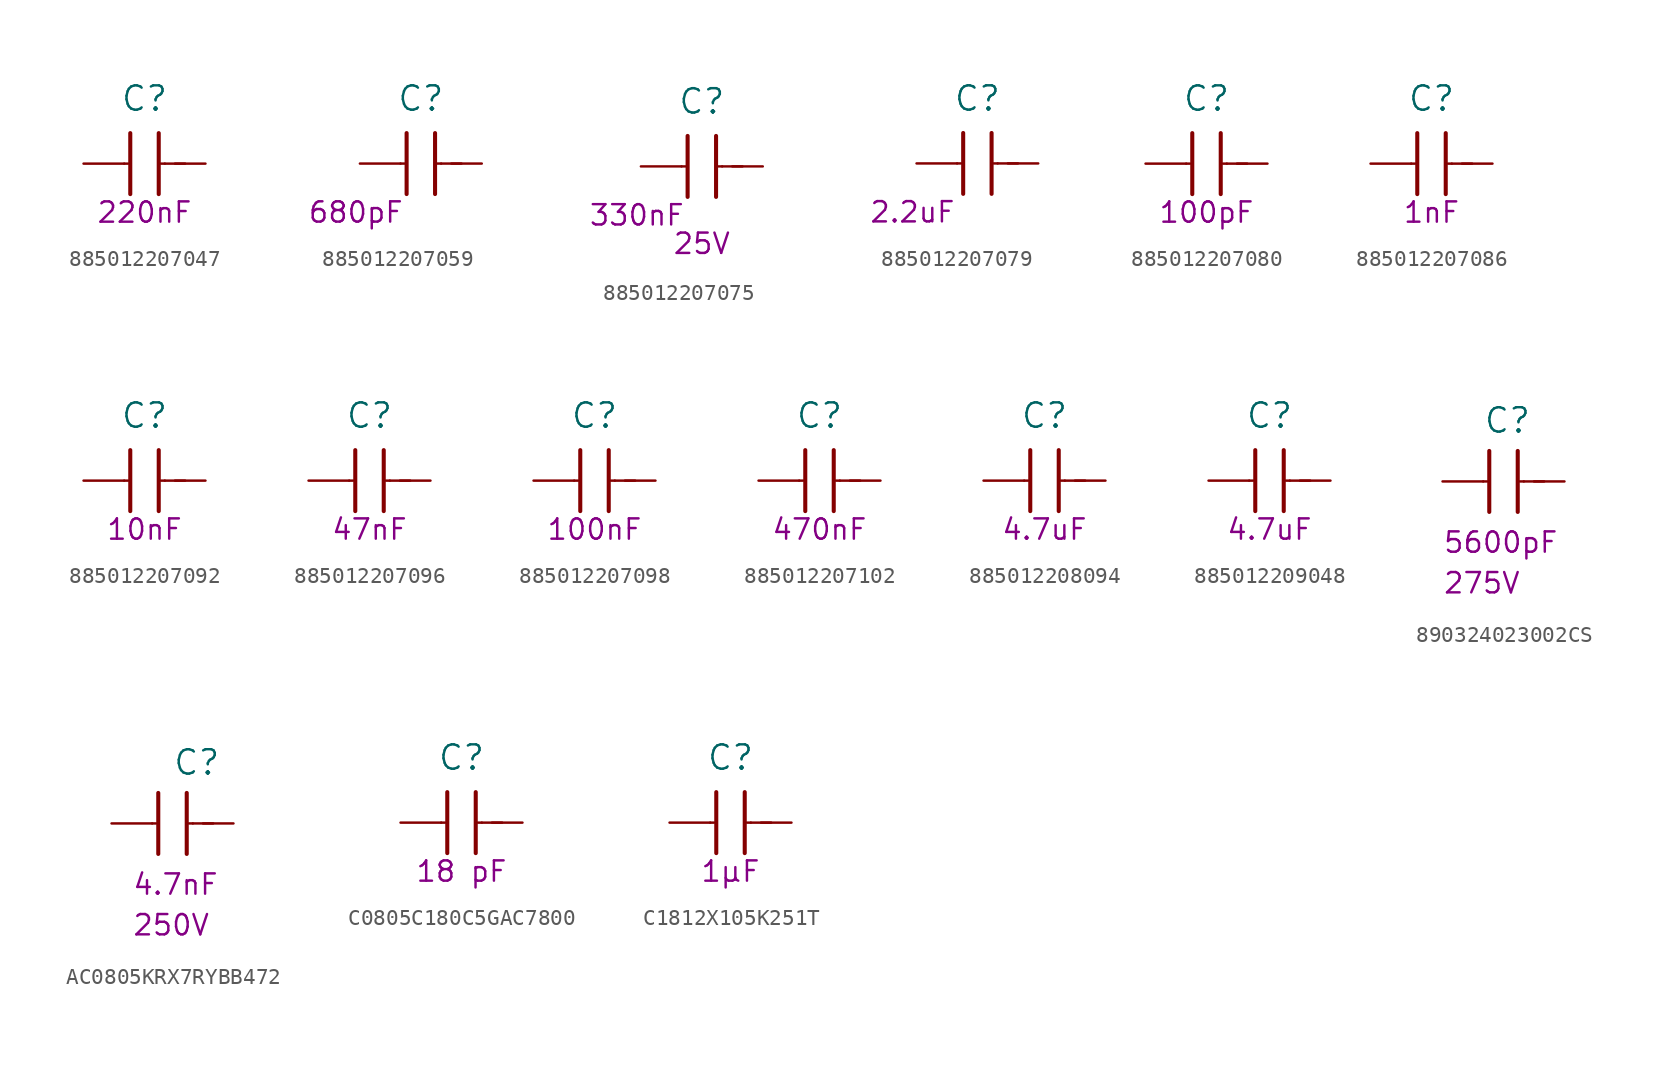
<source format=kicad_sym>
(kicad_symbol_lib
  (version 20220914)
  (generator kicad_symbol_editor)
  (symbol "885012207047"
    (pin_numbers hide)
    (pin_names
      (offset 0) hide)
    (property "Reference" "C"
      (at -1.27 4.064 0)
      (effects (font (size 1.524 1.524))))
    (property "Capacitance (Farad)" "220nF"
      (at -1.27 -3.048 0)
      (effects (font (size 1.27 1.27))))
    (symbol "885012207047_0_1"
      (polyline (pts (xy -2.54 0) (xy -2.286 0)) (stroke (width 0) (type default)) (fill (type none)))
      (polyline (pts (xy -2.159 1.905) (xy -2.159 -1.905)) (stroke (width 0.254) (type default)) (fill (type none)))
      (polyline (pts (xy -0.381 1.905) (xy -0.381 -1.905)) (stroke (width 0.254) (type default)) (fill (type none)))
      (polyline (pts (xy 0 0) (xy -0.254 0)) (stroke (width 0) (type default)) (fill (type none)))
      (polyline (pts (xy 0.635 0) (xy 1.27 0)) (stroke (width 0) (type default)) (fill (type none))))
    (symbol "885012207047_1_1"
      (pin passive line (at -5.08 0 0) (length 2.54) (name "1" (effects (font (size 1.27 1.27)))) (number "1" (effects (font (size 1.27 1.27)))))
      (pin passive line (at 2.54 0 180) (length 2.54) (name "2" (effects (font (size 1.27 1.27)))) (number "2" (effects (font (size 1.27 1.27)))))))
  (symbol "885012207059"
    (pin_numbers hide)
    (pin_names
      (offset 0) hide)
    (property "Reference" "C"
      (at -1.27 4.064 0)
      (effects (font (size 1.524 1.524))))
    (property "Capacitance (Farad)" "680pF"
      (at -5.334 -3.048 0)
      (effects (font (size 1.27 1.27))))
    (symbol "885012207059_0_1"
      (polyline (pts (xy -2.54 0) (xy -2.286 0)) (stroke (width 0) (type default)) (fill (type none)))
      (polyline (pts (xy -2.159 1.905) (xy -2.159 -1.905)) (stroke (width 0.254) (type default)) (fill (type none)))
      (polyline (pts (xy -0.381 1.905) (xy -0.381 -1.905)) (stroke (width 0.254) (type default)) (fill (type none)))
      (polyline (pts (xy 0 0) (xy -0.254 0)) (stroke (width 0) (type default)) (fill (type none)))
      (polyline (pts (xy 0.635 0) (xy 1.27 0)) (stroke (width 0) (type default)) (fill (type none))))
    (symbol "885012207059_1_1"
      (pin passive line (at -5.08 0 0) (length 2.54) (name "1" (effects (font (size 1.27 1.27)))) (number "1" (effects (font (size 1.27 1.27)))))
      (pin passive line (at 2.54 0 180) (length 2.54) (name "2" (effects (font (size 1.27 1.27)))) (number "2" (effects (font (size 1.27 1.27)))))))
  (symbol "885012207075"
    (pin_numbers hide)
    (pin_names
      (offset 0) hide)
    (property "Reference" "C"
      (at -1.27 4.064 0)
      (effects (font (size 1.524 1.524))))
    (property "Capacitance (Farad)" "330nF"
      (at -5.334 -3.048 0)
      (effects (font (size 1.27 1.27))))
    (property "Voltage Rated (Volt)" "25V"
      (at -1.27 -4.826 0)
      (effects (font (size 1.27 1.27))))
    (symbol "885012207075_0_1"
      (polyline (pts (xy -2.54 0) (xy -2.286 0)) (stroke (width 0) (type default)) (fill (type none)))
      (polyline (pts (xy -2.159 1.905) (xy -2.159 -1.905)) (stroke (width 0.254) (type default)) (fill (type none)))
      (polyline (pts (xy -0.381 1.905) (xy -0.381 -1.905)) (stroke (width 0.254) (type default)) (fill (type none)))
      (polyline (pts (xy 0 0) (xy -0.254 0)) (stroke (width 0) (type default)) (fill (type none)))
      (polyline (pts (xy 0.635 0) (xy 1.27 0)) (stroke (width 0) (type default)) (fill (type none))))
    (symbol "885012207075_1_1"
      (pin passive line (at -5.08 0 0) (length 2.54) (name "1" (effects (font (size 1.27 1.27)))) (number "1" (effects (font (size 1.27 1.27)))))
      (pin passive line (at 2.54 0 180) (length 2.54) (name "2" (effects (font (size 1.27 1.27)))) (number "2" (effects (font (size 1.27 1.27)))))))
  (symbol "885012207079"
    (pin_numbers hide)
    (pin_names
      (offset 0) hide)
    (property "Reference" "C"
      (at -1.27 4.064 0)
      (effects (font (size 1.524 1.524))))
    (property "Capacitance (Farad)" "2.2uF"
      (at -5.334 -3.048 0)
      (effects (font (size 1.27 1.27))))
    (symbol "885012207079_0_1"
      (polyline (pts (xy -2.54 0) (xy -2.286 0)) (stroke (width 0) (type default)) (fill (type none)))
      (polyline (pts (xy -2.159 1.905) (xy -2.159 -1.905)) (stroke (width 0.254) (type default)) (fill (type none)))
      (polyline (pts (xy -0.381 1.905) (xy -0.381 -1.905)) (stroke (width 0.254) (type default)) (fill (type none)))
      (polyline (pts (xy 0 0) (xy -0.254 0)) (stroke (width 0) (type default)) (fill (type none)))
      (polyline (pts (xy 0.635 0) (xy 1.27 0)) (stroke (width 0) (type default)) (fill (type none))))
    (symbol "885012207079_1_1"
      (pin passive line (at -5.08 0 0) (length 2.54) (name "1" (effects (font (size 1.27 1.27)))) (number "1" (effects (font (size 1.27 1.27)))))
      (pin passive line (at 2.54 0 180) (length 2.54) (name "2" (effects (font (size 1.27 1.27)))) (number "2" (effects (font (size 1.27 1.27)))))))
  (symbol "885012207080"
    (pin_numbers hide)
    (pin_names
      (offset 0) hide)
    (property "Reference" "C"
      (at -1.27 4.064 0)
      (effects (font (size 1.524 1.524))))
    (property "Capacitance (Farad)" "100pF"
      (at -1.27 -3.048 0)
      (effects (font (size 1.27 1.27))))
    (symbol "885012207080_0_1"
      (polyline (pts (xy -2.54 0) (xy -2.286 0)) (stroke (width 0) (type default)) (fill (type none)))
      (polyline (pts (xy -2.159 1.905) (xy -2.159 -1.905)) (stroke (width 0.254) (type default)) (fill (type none)))
      (polyline (pts (xy -0.381 1.905) (xy -0.381 -1.905)) (stroke (width 0.254) (type default)) (fill (type none)))
      (polyline (pts (xy 0 0) (xy -0.254 0)) (stroke (width 0) (type default)) (fill (type none)))
      (polyline (pts (xy 0.635 0) (xy 1.27 0)) (stroke (width 0) (type default)) (fill (type none))))
    (symbol "885012207080_1_1"
      (pin passive line (at -5.08 0 0) (length 2.54) (name "1" (effects (font (size 1.27 1.27)))) (number "1" (effects (font (size 1.27 1.27)))))
      (pin passive line (at 2.54 0 180) (length 2.54) (name "2" (effects (font (size 1.27 1.27)))) (number "2" (effects (font (size 1.27 1.27)))))))
  (symbol "885012207086"
    (pin_numbers hide)
    (pin_names
      (offset 0) hide)
    (property "Reference" "C"
      (at -1.27 4.064 0)
      (effects (font (size 1.524 1.524))))
    (property "Capacitance (Farad)" "1nF"
      (at -1.27 -3.048 0)
      (effects (font (size 1.27 1.27))))
    (symbol "885012207086_0_1"
      (polyline (pts (xy -2.54 0) (xy -2.286 0)) (stroke (width 0) (type default)) (fill (type none)))
      (polyline (pts (xy -2.159 1.905) (xy -2.159 -1.905)) (stroke (width 0.254) (type default)) (fill (type none)))
      (polyline (pts (xy -0.381 1.905) (xy -0.381 -1.905)) (stroke (width 0.254) (type default)) (fill (type none)))
      (polyline (pts (xy 0 0) (xy -0.254 0)) (stroke (width 0) (type default)) (fill (type none)))
      (polyline (pts (xy 0.635 0) (xy 1.27 0)) (stroke (width 0) (type default)) (fill (type none))))
    (symbol "885012207086_1_1"
      (pin passive line (at -5.08 0 0) (length 2.54) (name "1" (effects (font (size 1.27 1.27)))) (number "1" (effects (font (size 1.27 1.27)))))
      (pin passive line (at 2.54 0 180) (length 2.54) (name "2" (effects (font (size 1.27 1.27)))) (number "2" (effects (font (size 1.27 1.27)))))))
  (symbol "885012207092"
    (pin_numbers hide)
    (pin_names
      (offset 0) hide)
    (property "Reference" "C"
      (at -1.27 4.064 0)
      (effects (font (size 1.524 1.524))))
    (property "Capacitance (Farad)" "10nF"
      (at -1.27 -3.048 0)
      (effects (font (size 1.27 1.27))))
    (symbol "885012207092_0_1"
      (polyline (pts (xy -2.54 0) (xy -2.286 0)) (stroke (width 0) (type default)) (fill (type none)))
      (polyline (pts (xy -2.159 1.905) (xy -2.159 -1.905)) (stroke (width 0.254) (type default)) (fill (type none)))
      (polyline (pts (xy -0.381 1.905) (xy -0.381 -1.905)) (stroke (width 0.254) (type default)) (fill (type none)))
      (polyline (pts (xy 0 0) (xy -0.254 0)) (stroke (width 0) (type default)) (fill (type none)))
      (polyline (pts (xy 0.635 0) (xy 1.27 0)) (stroke (width 0) (type default)) (fill (type none))))
    (symbol "885012207092_1_1"
      (pin passive line (at -5.08 0 0) (length 2.54) (name "1" (effects (font (size 1.27 1.27)))) (number "1" (effects (font (size 1.27 1.27)))))
      (pin passive line (at 2.54 0 180) (length 2.54) (name "2" (effects (font (size 1.27 1.27)))) (number "2" (effects (font (size 1.27 1.27)))))))
  (symbol "885012207096"
    (pin_numbers hide)
    (pin_names
      (offset 0) hide)
    (property "Reference" "C"
      (at -1.27 4.064 0)
      (effects (font (size 1.524 1.524))))
    (property "Capacitance (Farad)" "47nF"
      (at -1.27 -3.048 0)
      (effects (font (size 1.27 1.27))))
    (symbol "885012207096_0_1"
      (polyline (pts (xy -2.54 0) (xy -2.286 0)) (stroke (width 0) (type default)) (fill (type none)))
      (polyline (pts (xy -2.159 1.905) (xy -2.159 -1.905)) (stroke (width 0.254) (type default)) (fill (type none)))
      (polyline (pts (xy -0.381 1.905) (xy -0.381 -1.905)) (stroke (width 0.254) (type default)) (fill (type none)))
      (polyline (pts (xy 0 0) (xy -0.254 0)) (stroke (width 0) (type default)) (fill (type none)))
      (polyline (pts (xy 0.635 0) (xy 1.27 0)) (stroke (width 0) (type default)) (fill (type none))))
    (symbol "885012207096_1_1"
      (pin passive line (at -5.08 0 0) (length 2.54) (name "1" (effects (font (size 1.27 1.27)))) (number "1" (effects (font (size 1.27 1.27)))))
      (pin passive line (at 2.54 0 180) (length 2.54) (name "2" (effects (font (size 1.27 1.27)))) (number "2" (effects (font (size 1.27 1.27)))))))
  (symbol "885012207098"
    (pin_numbers hide)
    (pin_names
      (offset 0) hide)
    (property "Reference" "C"
      (at -1.27 4.064 0)
      (effects (font (size 1.524 1.524))))
    (property "Capacitance (Farad)" "100nF"
      (at -1.27 -3.048 0)
      (effects (font (size 1.27 1.27))))
    (symbol "885012207098_0_1"
      (polyline (pts (xy -2.54 0) (xy -2.286 0)) (stroke (width 0) (type default)) (fill (type none)))
      (polyline (pts (xy -2.159 1.905) (xy -2.159 -1.905)) (stroke (width 0.254) (type default)) (fill (type none)))
      (polyline (pts (xy -0.381 1.905) (xy -0.381 -1.905)) (stroke (width 0.254) (type default)) (fill (type none)))
      (polyline (pts (xy 0 0) (xy -0.254 0)) (stroke (width 0) (type default)) (fill (type none)))
      (polyline (pts (xy 0.635 0) (xy 1.27 0)) (stroke (width 0) (type default)) (fill (type none))))
    (symbol "885012207098_1_1"
      (pin passive line (at -5.08 0 0) (length 2.54) (name "1" (effects (font (size 1.27 1.27)))) (number "1" (effects (font (size 1.27 1.27)))))
      (pin passive line (at 2.54 0 180) (length 2.54) (name "2" (effects (font (size 1.27 1.27)))) (number "2" (effects (font (size 1.27 1.27)))))))
  (symbol "885012207102"
    (pin_numbers hide)
    (pin_names
      (offset 0) hide)
    (property "Reference" "C"
      (at -1.27 4.064 0)
      (effects (font (size 1.524 1.524))))
    (property "Capacitance (Farad)" "470nF"
      (at -1.27 -3.048 0)
      (effects (font (size 1.27 1.27))))
    (symbol "885012207102_0_1"
      (polyline (pts (xy -2.54 0) (xy -2.286 0)) (stroke (width 0) (type default)) (fill (type none)))
      (polyline (pts (xy -2.159 1.905) (xy -2.159 -1.905)) (stroke (width 0.254) (type default)) (fill (type none)))
      (polyline (pts (xy -0.381 1.905) (xy -0.381 -1.905)) (stroke (width 0.254) (type default)) (fill (type none)))
      (polyline (pts (xy 0 0) (xy -0.254 0)) (stroke (width 0) (type default)) (fill (type none)))
      (polyline (pts (xy 0.635 0) (xy 1.27 0)) (stroke (width 0) (type default)) (fill (type none))))
    (symbol "885012207102_1_1"
      (pin passive line (at -5.08 0 0) (length 2.54) (name "1" (effects (font (size 1.27 1.27)))) (number "1" (effects (font (size 1.27 1.27)))))
      (pin passive line (at 2.54 0 180) (length 2.54) (name "2" (effects (font (size 1.27 1.27)))) (number "2" (effects (font (size 1.27 1.27)))))))
  (symbol "885012208094"
    (pin_numbers hide)
    (pin_names
      (offset 0) hide)
    (property "Reference" "C"
      (at -1.27 4.064 0)
      (effects (font (size 1.524 1.524))))
    (property "Capacitance (Farad)" "4.7uF"
      (at -1.27 -3.048 0)
      (effects (font (size 1.27 1.27))))
    (symbol "885012208094_0_1"
      (polyline (pts (xy -2.54 0) (xy -2.286 0)) (stroke (width 0) (type default)) (fill (type none)))
      (polyline (pts (xy -2.159 1.905) (xy -2.159 -1.905)) (stroke (width 0.254) (type default)) (fill (type none)))
      (polyline (pts (xy -0.381 1.905) (xy -0.381 -1.905)) (stroke (width 0.254) (type default)) (fill (type none)))
      (polyline (pts (xy 0 0) (xy -0.254 0)) (stroke (width 0) (type default)) (fill (type none)))
      (polyline (pts (xy 0.635 0) (xy 1.27 0)) (stroke (width 0) (type default)) (fill (type none))))
    (symbol "885012208094_1_1"
      (pin passive line (at -5.08 0 0) (length 2.54) (name "1" (effects (font (size 1.27 1.27)))) (number "1" (effects (font (size 1.27 1.27)))))
      (pin passive line (at 2.54 0 180) (length 2.54) (name "2" (effects (font (size 1.27 1.27)))) (number "2" (effects (font (size 1.27 1.27)))))))
  (symbol "885012209048"
    (pin_numbers hide)
    (pin_names
      (offset 0) hide)
    (property "Reference" "C"
      (at -1.27 4.064 0)
      (effects (font (size 1.524 1.524))))
    (property "Capacitance (Farad)" "4.7uF"
      (at -1.27 -3.048 0)
      (effects (font (size 1.27 1.27))))
    (symbol "885012209048_0_1"
      (polyline (pts (xy -2.54 0) (xy -2.286 0)) (stroke (width 0) (type default)) (fill (type none)))
      (polyline (pts (xy -2.159 1.905) (xy -2.159 -1.905)) (stroke (width 0.254) (type default)) (fill (type none)))
      (polyline (pts (xy -0.381 1.905) (xy -0.381 -1.905)) (stroke (width 0.254) (type default)) (fill (type none)))
      (polyline (pts (xy 0 0) (xy -0.254 0)) (stroke (width 0) (type default)) (fill (type none)))
      (polyline (pts (xy 0.635 0) (xy 1.27 0)) (stroke (width 0) (type default)) (fill (type none))))
    (symbol "885012209048_1_1"
      (pin passive line (at -5.08 0 0) (length 2.54) (name "1" (effects (font (size 1.27 1.27)))) (number "1" (effects (font (size 1.27 1.27)))))
      (pin passive line (at 2.54 0 180) (length 2.54) (name "2" (effects (font (size 1.27 1.27)))) (number "2" (effects (font (size 1.27 1.27)))))))
  (symbol "890324023002CS"
    (pin_numbers hide)
    (pin_names
      (offset 0) hide)
    (property "Reference" "C"
      (at -2.54 3.81 0)
      (effects (font (size 1.524 1.524)) (justify left)))
    (property "Capacitance (Farad)" "5600pF"
      (at -5.08 -3.81 0)
      (effects (font (size 1.27 1.27)) (justify left)))
    (property "Voltage Rated (Volt)" "275V"
      (at -5.08 -6.35 0)
      (effects (font (size 1.27 1.27)) (justify left)))
    (symbol "890324023002CS_0_1"
      (polyline (pts (xy -2.54 0) (xy -2.286 0)) (stroke (width 0) (type default)) (fill (type none)))
      (polyline (pts (xy -2.159 1.905) (xy -2.159 -1.905)) (stroke (width 0.254) (type default)) (fill (type none)))
      (polyline (pts (xy -0.381 1.905) (xy -0.381 -1.905)) (stroke (width 0.254) (type default)) (fill (type none)))
      (polyline (pts (xy 0 0) (xy -0.254 0)) (stroke (width 0) (type default)) (fill (type none)))
      (polyline (pts (xy 0.635 0) (xy 1.27 0)) (stroke (width 0) (type default)) (fill (type none))))
    (symbol "890324023002CS_1_1"
      (pin passive line (at -5.08 0 0) (length 2.54) (name "1" (effects (font (size 1.27 1.27)))) (number "1" (effects (font (size 1.27 1.27)))))
      (pin passive line (at 2.54 0 180) (length 2.54) (name "2" (effects (font (size 1.27 1.27)))) (number "2" (effects (font (size 1.27 1.27)))))))
  (symbol "AC0805KRX7RYBB472"
    (pin_numbers hide)
    (pin_names
      (offset 0) hide)
    (property "Reference" "C"
      (at 0 3.81 0)
      (effects (font (size 1.524 1.524)) (justify left)))
    (property "Capacitance (Farad)" "4.7nF"
      (at -2.54 -3.81 0)
      (effects (font (size 1.27 1.27)) (justify left)))
    (property "Voltage Rated (Volt)" "250V"
      (at -2.54 -6.35 0)
      (effects (font (size 1.27 1.27)) (justify left)))
    (symbol "AC0805KRX7RYBB472_0_1"
      (polyline (pts (xy -1.27 0) (xy -1.016 0)) (stroke (width 0) (type default)) (fill (type none)))
      (polyline (pts (xy -0.889 1.905) (xy -0.889 -1.905)) (stroke (width 0.254) (type default)) (fill (type none)))
      (polyline (pts (xy 0.889 1.905) (xy 0.889 -1.905)) (stroke (width 0.254) (type default)) (fill (type none)))
      (polyline (pts (xy 1.27 0) (xy 1.016 0)) (stroke (width 0) (type default)) (fill (type none)))
      (polyline (pts (xy 1.905 0) (xy 2.54 0)) (stroke (width 0) (type default)) (fill (type none))))
    (symbol "AC0805KRX7RYBB472_1_1"
      (pin passive line (at -3.81 0 0) (length 2.54) (name "1" (effects (font (size 1.27 1.27)))) (number "1" (effects (font (size 1.27 1.27)))))
      (pin passive line (at 3.81 0 180) (length 2.54) (name "2" (effects (font (size 1.27 1.27)))) (number "2" (effects (font (size 1.27 1.27)))))))
  (symbol "C0805C180C5GAC7800"
    (pin_numbers hide)
    (pin_names
      (offset 0) hide)
    (property "Reference" "C"
      (at -1.27 4.064 0)
      (effects (font (size 1.524 1.524))))
    (property "Capacitance (Farad)" "18 pF"
      (at -1.27 -3.048 0)
      (effects (font (size 1.27 1.27))))
    (symbol "C0805C180C5GAC7800_0_1"
      (polyline (pts (xy -2.54 0) (xy -2.286 0)) (stroke (width 0) (type default)) (fill (type none)))
      (polyline (pts (xy -2.159 1.905) (xy -2.159 -1.905)) (stroke (width 0.254) (type default)) (fill (type none)))
      (polyline (pts (xy -0.381 1.905) (xy -0.381 -1.905)) (stroke (width 0.254) (type default)) (fill (type none)))
      (polyline (pts (xy 0 0) (xy -0.254 0)) (stroke (width 0) (type default)) (fill (type none)))
      (polyline (pts (xy 0.635 0) (xy 1.27 0)) (stroke (width 0) (type default)) (fill (type none))))
    (symbol "C0805C180C5GAC7800_1_1"
      (pin passive line (at -5.08 0 0) (length 2.54) (name "1" (effects (font (size 1.27 1.27)))) (number "1" (effects (font (size 1.27 1.27)))))
      (pin passive line (at 2.54 0 180) (length 2.54) (name "2" (effects (font (size 1.27 1.27)))) (number "2" (effects (font (size 1.27 1.27)))))))
  (symbol "C1812X105K251T"
    (pin_numbers hide)
    (pin_names
      (offset 0) hide)
    (property "Reference" "C"
      (at -1.27 4.064 0)
      (effects (font (size 1.524 1.524))))
    (property "Capacitance (Farad)" "1µF"
      (at -1.27 -3.048 0)
      (effects (font (size 1.27 1.27))))
    (symbol "C1812X105K251T_0_1"
      (polyline (pts (xy -2.54 0) (xy -2.286 0)) (stroke (width 0) (type default)) (fill (type none)))
      (polyline (pts (xy -2.159 1.905) (xy -2.159 -1.905)) (stroke (width 0.254) (type default)) (fill (type none)))
      (polyline (pts (xy -0.381 1.905) (xy -0.381 -1.905)) (stroke (width 0.254) (type default)) (fill (type none)))
      (polyline (pts (xy 0 0) (xy -0.254 0)) (stroke (width 0) (type default)) (fill (type none)))
      (polyline (pts (xy 0.635 0) (xy 1.27 0)) (stroke (width 0) (type default)) (fill (type none))))
    (symbol "C1812X105K251T_1_1"
      (pin passive line (at -5.08 0 0) (length 2.54) (name "1" (effects (font (size 1.27 1.27)))) (number "1" (effects (font (size 1.27 1.27)))))
      (pin passive line (at 2.54 0 180) (length 2.54) (name "2" (effects (font (size 1.27 1.27)))) (number "2" (effects (font (size 1.27 1.27))))))))
</source>
